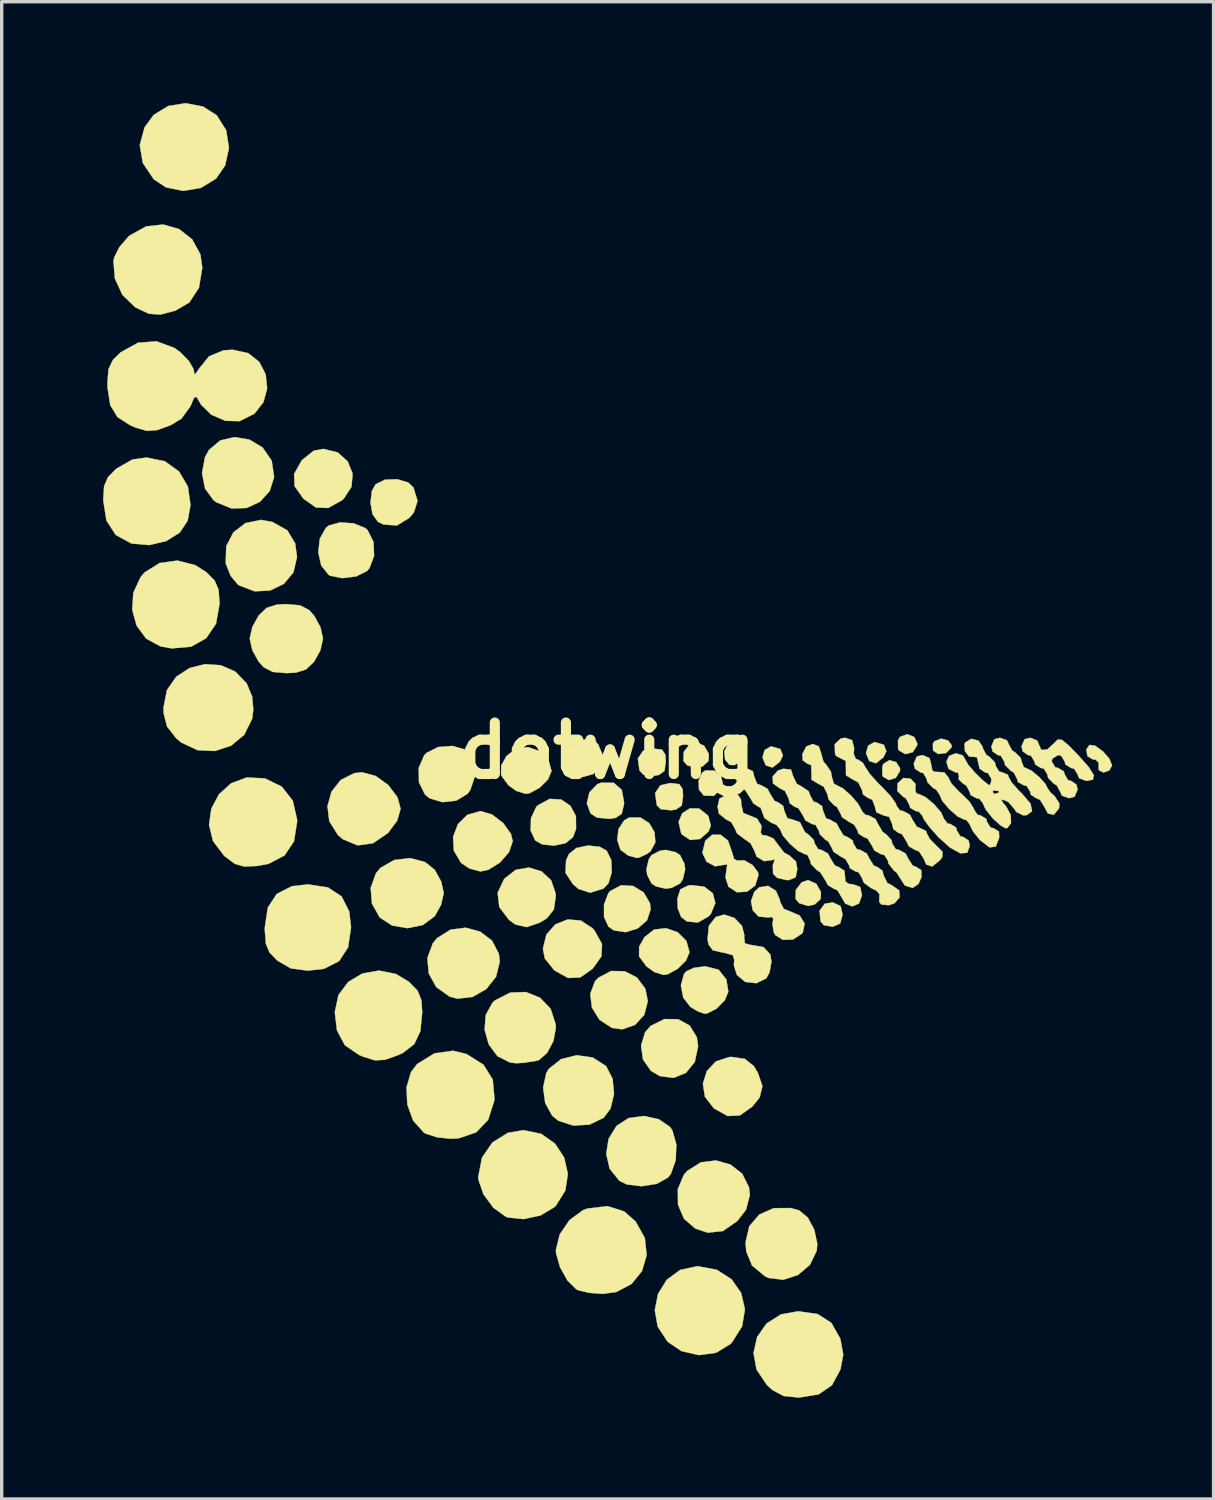
<source format=kicad_pcb>
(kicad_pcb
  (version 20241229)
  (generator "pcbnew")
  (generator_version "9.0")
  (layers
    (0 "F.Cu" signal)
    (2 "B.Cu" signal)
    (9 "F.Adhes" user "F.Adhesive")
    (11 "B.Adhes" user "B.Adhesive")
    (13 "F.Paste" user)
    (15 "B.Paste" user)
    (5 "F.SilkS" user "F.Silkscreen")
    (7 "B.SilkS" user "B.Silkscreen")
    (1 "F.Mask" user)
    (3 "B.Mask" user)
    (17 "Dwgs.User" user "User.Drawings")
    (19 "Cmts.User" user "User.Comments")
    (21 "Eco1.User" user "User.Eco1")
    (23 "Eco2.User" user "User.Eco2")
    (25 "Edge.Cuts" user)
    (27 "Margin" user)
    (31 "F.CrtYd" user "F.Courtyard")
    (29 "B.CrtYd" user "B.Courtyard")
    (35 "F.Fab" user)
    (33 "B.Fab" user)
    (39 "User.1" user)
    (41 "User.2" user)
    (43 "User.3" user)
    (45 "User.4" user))
  (footprint "dotwing"
    (layer "F.Cu")
    (at 14.936 19.173)
    (property "Reference" "dotwing" (at 0 0 0) (layer "F.SilkS") (effects (font (size 1.524 1.524) (thickness 0.3))))
    (attr through_hole)
    (fp_poly (pts (xy 6.897 4.6) (xy 6.956 4.85) (xy 6.886 5.113) (xy 6.669 5.21) (xy 6.399 5.164) (xy 6.304 5.051) (xy 6.275 4.735) (xy 6.428 4.529) (xy 6.669 4.49) (xy 6.897 4.6)) (stroke (width 0.01) (type solid)) (fill yes) (layer "F.SilkS"))
    (fp_poly (pts (xy 10.082 -0.302) (xy 10.187 -0.157) (xy 10.179 -0.096) (xy 10.021 0.068) (xy 9.788 0.097) (xy 9.634 -0.004) (xy 9.629 -0.211) (xy 9.678 -0.283) (xy 9.875 -0.358) (xy 10.082 -0.302)) (stroke (width 0.01) (type solid)) (fill yes) (layer "F.SilkS"))
    (fp_poly (pts (xy 2.857 -0.148) (xy 2.998 0.096) (xy 2.988 0.303) (xy 2.811 0.467) (xy 2.617 0.511) (xy 2.355 0.43) (xy 2.245 0.303) (xy 2.255 0.034) (xy 2.425 -0.189) (xy 2.617 -0.255) (xy 2.857 -0.148)) (stroke (width 0.01) (type solid)) (fill yes) (layer "F.SilkS"))
    (fp_poly (pts (xy 4.002 -0.096) (xy 4.084 0.062) (xy 3.982 0.293) (xy 3.756 0.426) (xy 3.606 0.419) (xy 3.476 0.26) (xy 3.455 0.013) (xy 3.554 -0.179) (xy 3.562 -0.184) (xy 3.784 -0.207) (xy 4.002 -0.096)) (stroke (width 0.01) (type solid)) (fill yes) (layer "F.SilkS"))
    (fp_poly (pts (xy 5.114 -0.05) (xy 5.19 0.144) (xy 5.101 0.325) (xy 4.882 0.499) (xy 4.691 0.436) (xy 4.68 0.425) (xy 4.585 0.201) (xy 4.649 -0.022) (xy 4.836 -0.128) (xy 4.843 -0.128) (xy 5.114 -0.05)) (stroke (width 0.01) (type solid)) (fill yes) (layer "F.SilkS"))
    (fp_poly (pts (xy 6.176 3.937) (xy 6.316 4.181) (xy 6.307 4.387) (xy 6.13 4.552) (xy 5.935 4.595) (xy 5.673 4.514) (xy 5.564 4.387) (xy 5.573 4.119) (xy 5.744 3.896) (xy 5.935 3.829) (xy 6.176 3.937)) (stroke (width 0.01) (type solid)) (fill yes) (layer "F.SilkS"))
    (fp_poly (pts (xy 8.177 -0.177) (xy 8.253 0.016) (xy 8.164 0.197) (xy 7.946 0.371) (xy 7.755 0.309) (xy 7.743 0.298) (xy 7.649 0.074) (xy 7.712 -0.15) (xy 7.899 -0.255) (xy 7.906 -0.255) (xy 8.177 -0.177)) (stroke (width 0.01) (type solid)) (fill yes) (layer "F.SilkS"))
    (fp_poly (pts (xy 8.544 0.34) (xy 8.657 0.519) (xy 8.655 0.604) (xy 8.529 0.804) (xy 8.325 0.868) (xy 8.154 0.77) (xy 8.133 0.729) (xy 8.132 0.467) (xy 8.168 0.385) (xy 8.344 0.279) (xy 8.544 0.34)) (stroke (width 0.01) (type solid)) (fill yes) (layer "F.SilkS"))
    (fp_poly (pts (xy 9.081 -0.404) (xy 9.171 -0.203) (xy 9.166 -0.161) (xy 9.034 0.042) (xy 8.818 0.101) (xy 8.63 -0.003) (xy 8.598 -0.063) (xy 8.597 -0.312) (xy 8.654 -0.408) (xy 8.871 -0.49) (xy 9.081 -0.404)) (stroke (width 0.01) (type solid)) (fill yes) (layer "F.SilkS"))
    (fp_poly (pts (xy 1.612 -0.032) (xy 1.711 0.118) (xy 1.723 0.319) (xy 1.684 0.599) (xy 1.519 0.717) (xy 1.371 0.742) (xy 1.059 0.708) (xy 0.946 0.59) (xy 0.895 0.231) (xy 1.051 0.003) (xy 1.342 -0.064) (xy 1.612 -0.032)) (stroke (width 0.01) (type solid)) (fill yes) (layer "F.SilkS"))
    (fp_poly (pts (xy 2.123 0.989) (xy 2.222 1.139) (xy 2.234 1.34) (xy 2.195 1.62) (xy 2.029 1.738) (xy 1.882 1.764) (xy 1.57 1.729) (xy 1.456 1.611) (xy 1.406 1.252) (xy 1.562 1.025) (xy 1.853 0.957) (xy 2.123 0.989)) (stroke (width 0.01) (type solid)) (fill yes) (layer "F.SilkS"))
    (fp_poly (pts (xy 3.156 0.588) (xy 3.355 0.751) (xy 3.416 0.991) (xy 3.371 1.112) (xy 3.145 1.337) (xy 2.867 1.329) (xy 2.84 1.319) (xy 2.705 1.151) (xy 2.694 0.888) (xy 2.797 0.653) (xy 2.895 0.583) (xy 3.156 0.588)) (stroke (width 0.01) (type solid)) (fill yes) (layer "F.SilkS"))
    (fp_poly (pts (xy -0.286 -0.202) (xy -0.15 0.116) (xy -0.203 0.455) (xy -0.423 0.689) (xy -0.729 0.777) (xy -1.044 0.679) (xy -1.123 0.613) (xy -1.276 0.307) (xy -1.222 -0.019) (xy -0.982 -0.266) (xy -0.947 -0.283) (xy -0.57 -0.352) (xy -0.286 -0.202)) (stroke (width 0.01) (type solid)) (fill yes) (layer "F.SilkS"))
    (fp_poly (pts (xy 2.708 1.711) (xy 2.961 1.909) (xy 2.986 1.946) (xy 3.057 2.223) (xy 2.986 2.393) (xy 2.738 2.612) (xy 2.446 2.643) (xy 2.204 2.482) (xy 2.174 2.433) (xy 2.101 2.106) (xy 2.211 1.85) (xy 2.436 1.705) (xy 2.708 1.711)) (stroke (width 0.01) (type solid)) (fill yes) (layer "F.SilkS"))
    (fp_poly (pts (xy 0.183 0.95) (xy 0.419 1.158) (xy 0.489 1.537) (xy 0.485 1.585) (xy 0.418 1.869) (xy 0.233 1.989) (xy 0.053 2.017) (xy -0.315 1.98) (xy -0.504 1.859) (xy -0.615 1.554) (xy -0.537 1.23) (xy -0.306 0.991) (xy -0.188 0.945) (xy 0.183 0.95)) (stroke (width 0.01) (type solid)) (fill yes) (layer "F.SilkS"))
    (fp_poly (pts (xy 2.859 4.023) (xy 3.113 4.219) (xy 3.19 4.508) (xy 3.058 4.828) (xy 2.99 4.905) (xy 2.673 5.085) (xy 2.348 5.054) (xy 2.176 4.922) (xy 2.076 4.664) (xy 2.065 4.379) (xy 2.153 4.104) (xy 2.384 3.991) (xy 2.465 3.979) (xy 2.859 4.023)) (stroke (width 0.01) (type solid)) (fill yes) (layer "F.SilkS"))
    (fp_poly (pts (xy -5.906 -7.941) (xy -5.748 -7.794) (xy -5.625 -7.395) (xy -5.737 -7.05) (xy -5.871 -6.892) (xy -6.236 -6.668) (xy -6.632 -6.696) (xy -6.797 -6.775) (xy -6.956 -6.995) (xy -7.019 -7.337) (xy -6.979 -7.685) (xy -6.867 -7.888) (xy -6.59 -8.023) (xy -6.231 -8.037) (xy -5.906 -7.941)) (stroke (width 0.01) (type solid)) (fill yes) (layer "F.SilkS"))
    (fp_poly (pts (xy -2.008 0.014) (xy -1.752 0.268) (xy -1.659 0.603) (xy -1.763 0.849) (xy -2.01 1.095) (xy -2.302 1.255) (xy -2.425 1.276) (xy -2.703 1.19) (xy -2.936 1.021) (xy -3.153 0.726) (xy -3.15 0.439) (xy -2.992 0.156) (xy -2.705 -0.068) (xy -2.352 -0.107) (xy -2.008 0.014)) (stroke (width 0.01) (type solid)) (fill yes) (layer "F.SilkS"))
    (fp_poly (pts (xy -1.377 1.444) (xy -1.102 1.628) (xy -0.938 1.933) (xy -0.933 2.314) (xy -1.026 2.561) (xy -1.245 2.737) (xy -1.588 2.81) (xy -1.939 2.771) (xy -2.144 2.655) (xy -2.28 2.361) (xy -2.267 1.991) (xy -2.113 1.666) (xy -2.064 1.615) (xy -1.713 1.425) (xy -1.377 1.444)) (stroke (width 0.01) (type solid)) (fill yes) (layer "F.SilkS"))
    (fp_poly (pts (xy -0.231 2.845) (xy -0.026 2.961) (xy 0.109 3.238) (xy 0.123 3.597) (xy 0.027 3.922) (xy -0.119 4.08) (xy -0.518 4.204) (xy -0.863 4.091) (xy -1.021 3.957) (xy -1.246 3.616) (xy -1.23 3.25) (xy -1.144 3.055) (xy -0.924 2.879) (xy -0.582 2.806) (xy -0.231 2.845)) (stroke (width 0.01) (type solid)) (fill yes) (layer "F.SilkS"))
    (fp_poly (pts (xy 0.508 6.528) (xy 0.867 6.712) (xy 1.116 7.043) (xy 1.191 7.411) (xy 1.085 7.821) (xy 0.81 8.117) (xy 0.435 8.247) (xy 0.128 8.205) (xy -0.242 7.963) (xy -0.463 7.604) (xy -0.514 7.201) (xy -0.377 6.831) (xy -0.277 6.721) (xy 0.104 6.52) (xy 0.508 6.528)) (stroke (width 0.01) (type solid)) (fill yes) (layer "F.SilkS"))
    (fp_poly (pts (xy 0.756 4.004) (xy 1.065 4.191) (xy 1.253 4.509) (xy 1.276 4.692) (xy 1.166 5.023) (xy 0.892 5.261) (xy 0.537 5.371) (xy 0.186 5.319) (xy 0.026 5.208) (xy -0.106 4.922) (xy -0.106 4.55) (xy 0.021 4.219) (xy 0.073 4.157) (xy 0.4 3.982) (xy 0.756 4.004)) (stroke (width 0.01) (type solid)) (fill yes) (layer "F.SilkS"))
    (fp_poly (pts (xy 2.076 5.374) (xy 2.332 5.628) (xy 2.425 5.964) (xy 2.321 6.21) (xy 2.074 6.456) (xy 1.783 6.616) (xy 1.659 6.637) (xy 1.381 6.551) (xy 1.149 6.382) (xy 0.932 6.087) (xy 0.934 5.8) (xy 1.092 5.517) (xy 1.379 5.293) (xy 1.733 5.254) (xy 2.076 5.374)) (stroke (width 0.01) (type solid)) (fill yes) (layer "F.SilkS"))
    (fp_poly (pts (xy 2.089 7.948) (xy 2.43 8.135) (xy 2.641 8.479) (xy 2.68 8.75) (xy 2.581 9.213) (xy 2.321 9.535) (xy 1.957 9.684) (xy 1.547 9.632) (xy 1.283 9.476) (xy 1.048 9.141) (xy 0.99 8.727) (xy 1.11 8.334) (xy 1.271 8.148) (xy 1.682 7.943) (xy 2.089 7.948)) (stroke (width 0.01) (type solid)) (fill yes) (layer "F.SilkS"))
    (fp_poly (pts (xy 14.433 -0.148) (xy 14.657 0.013) (xy 14.852 0.234) (xy 14.934 0.435) (xy 14.849 0.585) (xy 14.678 0.644) (xy 14.547 0.579) (xy 14.536 0.542) (xy 14.536 0.351) (xy 14.447 0.266) (xy 14.359 0.255) (xy 14.204 0.16) (xy 14.172 -0.035) (xy 14.264 -0.172) (xy 14.433 -0.148)) (stroke (width 0.01) (type solid)) (fill yes) (layer "F.SilkS"))
    (fp_poly (pts (xy -3.418 1.889) (xy -3.09 2.141) (xy -2.862 2.461) (xy -2.808 2.68) (xy -2.917 3.001) (xy -3.185 3.309) (xy -3.526 3.523) (xy -3.76 3.574) (xy -4.094 3.485) (xy -4.34 3.319) (xy -4.553 2.956) (xy -4.574 2.55) (xy -4.431 2.173) (xy -4.15 1.895) (xy -3.76 1.787) (xy -3.418 1.889)) (stroke (width 0.01) (type solid)) (fill yes) (layer "F.SilkS"))
    (fp_poly (pts (xy -1.955 3.571) (xy -1.669 3.837) (xy -1.536 4.235) (xy -1.534 4.308) (xy -1.591 4.702) (xy -1.799 4.962) (xy -2.002 5.086) (xy -2.395 5.222) (xy -2.728 5.144) (xy -2.916 5.01) (xy -3.206 4.629) (xy -3.255 4.207) (xy -3.061 3.792) (xy -2.719 3.525) (xy -2.328 3.459) (xy -1.955 3.571)) (stroke (width 0.01) (type solid)) (fill yes) (layer "F.SilkS"))
    (fp_poly (pts (xy 1.232 2.144) (xy 1.391 2.414) (xy 1.414 2.717) (xy 1.268 2.981) (xy 1.157 3.059) (xy 0.945 3.158) (xy 0.87 3.176) (xy 0.729 3.135) (xy 0.612 3.104) (xy 0.381 2.933) (xy 0.285 2.64) (xy 0.323 2.318) (xy 0.492 2.059) (xy 0.64 1.978) (xy 0.97 1.975) (xy 1.232 2.144)) (stroke (width 0.01) (type solid)) (fill yes) (layer "F.SilkS"))
    (fp_poly (pts (xy -11.973 -19.068) (xy -11.569 -18.809) (xy -11.29 -18.365) (xy -11.208 -17.843) (xy -11.321 -17.327) (xy -11.59 -16.936) (xy -12.041 -16.66) (xy -12.563 -16.573) (xy -13.072 -16.676) (xy -13.434 -16.915) (xy -13.759 -17.399) (xy -13.849 -17.93) (xy -13.706 -18.456) (xy -13.434 -18.824) (xy -13.006 -19.086) (xy -12.489 -19.168) (xy -11.973 -19.068)) (stroke (width 0.01) (type solid)) (fill yes) (layer "F.SilkS"))
    (fp_poly (pts (xy -7.99 -8.831) (xy -7.693 -8.565) (xy -7.548 -8.203) (xy -7.58 -7.813) (xy -7.811 -7.459) (xy -7.867 -7.412) (xy -8.273 -7.185) (xy -8.637 -7.201) (xy -9.004 -7.461) (xy -9.004 -7.461) (xy -9.264 -7.828) (xy -9.28 -8.192) (xy -9.053 -8.598) (xy -9.053 -8.598) (xy -8.701 -8.88) (xy -8.415 -8.935) (xy -7.99 -8.831)) (stroke (width 0.01) (type solid)) (fill yes) (layer "F.SilkS"))
    (fp_poly (pts (xy -6.868 0.745) (xy -6.492 1.016) (xy -6.219 1.378) (xy -6.127 1.723) (xy -6.23 2.074) (xy -6.5 2.435) (xy -6.944 2.739) (xy -7.402 2.801) (xy -7.839 2.619) (xy -7.983 2.495) (xy -8.238 2.09) (xy -8.293 1.642) (xy -8.173 1.213) (xy -7.901 0.866) (xy -7.502 0.665) (xy -7.271 0.638) (xy -6.868 0.745)) (stroke (width 0.01) (type solid)) (fill yes) (layer "F.SilkS"))
    (fp_poly (pts (xy -5.402 3.296) (xy -5.115 3.527) (xy -4.926 3.871) (xy -4.85 4.212) (xy -4.93 4.561) (xy -5.115 4.897) (xy -5.469 5.16) (xy -5.923 5.253) (xy -6.384 5.173) (xy -6.743 4.938) (xy -6.976 4.527) (xy -7.013 4.059) (xy -6.857 3.626) (xy -6.725 3.468) (xy -6.318 3.235) (xy -5.847 3.178) (xy -5.402 3.296)) (stroke (width 0.01) (type solid)) (fill yes) (layer "F.SilkS"))
    (fp_poly (pts (xy -4.221 -0.035) (xy -4.108 0.05) (xy -3.947 0.369) (xy -3.934 0.78) (xy -4.066 1.166) (xy -4.147 1.275) (xy -4.479 1.478) (xy -4.891 1.523) (xy -5.27 1.408) (xy -5.405 1.298) (xy -5.584 0.935) (xy -5.592 0.511) (xy -5.431 0.139) (xy -5.361 0.064) (xy -5.016 -0.109) (xy -4.596 -0.143) (xy -4.221 -0.035)) (stroke (width 0.01) (type solid)) (fill yes) (layer "F.SilkS"))
    (fp_poly (pts (xy -3.77 5.356) (xy -3.422 5.621) (xy -3.219 6.011) (xy -3.191 6.241) (xy -3.302 6.692) (xy -3.592 7.056) (xy -3.994 7.287) (xy -4.443 7.34) (xy -4.677 7.279) (xy -5.072 6.997) (xy -5.296 6.59) (xy -5.335 6.133) (xy -5.172 5.698) (xy -5.048 5.546) (xy -4.646 5.295) (xy -4.199 5.239) (xy -3.77 5.356)) (stroke (width 0.01) (type solid)) (fill yes) (layer "F.SilkS"))
    (fp_poly (pts (xy -0.792 5.027) (xy -0.439 5.259) (xy -0.392 5.314) (xy -0.165 5.72) (xy -0.181 6.085) (xy -0.441 6.451) (xy -0.441 6.452) (xy -0.808 6.711) (xy -1.172 6.727) (xy -1.578 6.501) (xy -1.578 6.5) (xy -1.86 6.148) (xy -1.915 5.862) (xy -1.811 5.437) (xy -1.545 5.14) (xy -1.183 4.995) (xy -0.792 5.027)) (stroke (width 0.01) (type solid)) (fill yes) (layer "F.SilkS"))
    (fp_poly (pts (xy 2.016 3.005) (xy 2.144 3.089) (xy 2.272 3.338) (xy 2.297 3.51) (xy 2.228 3.803) (xy 2.144 3.931) (xy 1.895 4.059) (xy 1.723 4.084) (xy 1.43 4.015) (xy 1.302 3.931) (xy 1.174 3.682) (xy 1.149 3.51) (xy 1.218 3.217) (xy 1.302 3.089) (xy 1.551 2.961) (xy 1.723 2.936) (xy 2.016 3.005)) (stroke (width 0.01) (type solid)) (fill yes) (layer "F.SilkS"))
    (fp_poly (pts (xy 3.287 6.482) (xy 3.517 6.773) (xy 3.574 7.132) (xy 3.47 7.387) (xy 3.227 7.634) (xy 2.946 7.777) (xy 2.872 7.786) (xy 2.674 7.718) (xy 2.454 7.587) (xy 2.238 7.307) (xy 2.169 6.942) (xy 2.263 6.609) (xy 2.323 6.535) (xy 2.551 6.428) (xy 2.887 6.382) (xy 2.893 6.382) (xy 3.287 6.482)) (stroke (width 0.01) (type solid)) (fill yes) (layer "F.SilkS"))
    (fp_poly (pts (xy 3.638 12.25) (xy 3.984 12.521) (xy 4.185 12.92) (xy 4.212 13.151) (xy 4.095 13.593) (xy 3.839 13.922) (xy 3.413 14.219) (xy 2.963 14.267) (xy 2.599 14.146) (xy 2.262 13.856) (xy 2.084 13.439) (xy 2.079 12.978) (xy 2.258 12.553) (xy 2.356 12.439) (xy 2.76 12.184) (xy 3.209 12.129) (xy 3.638 12.25)) (stroke (width 0.01) (type solid)) (fill yes) (layer "F.SilkS"))
    (fp_poly (pts (xy 4.064 9.122) (xy 4.324 9.33) (xy 4.448 9.533) (xy 4.583 9.929) (xy 4.5 10.267) (xy 4.282 10.536) (xy 3.915 10.796) (xy 3.551 10.812) (xy 3.145 10.585) (xy 3.144 10.585) (xy 2.882 10.245) (xy 2.821 9.855) (xy 2.937 9.482) (xy 3.206 9.197) (xy 3.604 9.066) (xy 3.67 9.064) (xy 4.064 9.122)) (stroke (width 0.01) (type solid)) (fill yes) (layer "F.SilkS"))
    (fp_poly (pts (xy -10.599 -9.209) (xy -10.21 -8.974) (xy -9.946 -8.59) (xy -9.943 -8.582) (xy -9.871 -8.102) (xy -10.002 -7.687) (xy -10.288 -7.371) (xy -10.68 -7.187) (xy -11.126 -7.17) (xy -11.579 -7.352) (xy -11.662 -7.412) (xy -11.917 -7.761) (xy -12.006 -8.217) (xy -11.919 -8.686) (xy -11.803 -8.901) (xy -11.467 -9.185) (xy -11.042 -9.284) (xy -10.599 -9.209)) (stroke (width 0.01) (type solid)) (fill yes) (layer "F.SilkS"))
    (fp_poly (pts (xy -9.917 -6.77) (xy -9.479 -6.522) (xy -9.247 -6.136) (xy -9.194 -5.734) (xy -9.299 -5.279) (xy -9.584 -4.939) (xy -9.988 -4.743) (xy -10.45 -4.719) (xy -10.909 -4.895) (xy -10.943 -4.918) (xy -11.159 -5.176) (xy -11.301 -5.535) (xy -11.305 -5.556) (xy -11.289 -6.057) (xy -11.076 -6.466) (xy -10.716 -6.74) (xy -10.26 -6.834) (xy -9.917 -6.77)) (stroke (width 0.01) (type solid)) (fill yes) (layer "F.SilkS"))
    (fp_poly (pts (xy -7.52 -6.732) (xy -7.179 -6.596) (xy -7.104 -6.531) (xy -6.93 -6.181) (xy -6.912 -5.767) (xy -7.049 -5.404) (xy -7.126 -5.317) (xy -7.446 -5.159) (xy -7.855 -5.109) (xy -8.213 -5.181) (xy -8.257 -5.206) (xy -8.477 -5.48) (xy -8.564 -5.871) (xy -8.519 -6.277) (xy -8.34 -6.598) (xy -8.258 -6.664) (xy -7.924 -6.759) (xy -7.52 -6.732)) (stroke (width 0.01) (type solid)) (fill yes) (layer "F.SilkS"))
    (fp_poly (pts (xy -0.441 9.081) (xy -0.05 9.332) (xy -0.042 9.341) (xy 0.149 9.712) (xy 0.19 10.165) (xy 0.086 10.594) (xy -0.113 10.863) (xy -0.537 11.068) (xy -1.019 11.096) (xy -1.458 10.952) (xy -1.637 10.809) (xy -1.847 10.43) (xy -1.909 9.969) (xy -1.815 9.542) (xy -1.741 9.418) (xy -1.375 9.128) (xy -0.913 9.014) (xy -0.441 9.081)) (stroke (width 0.01) (type solid)) (fill yes) (layer "F.SilkS"))
    (fp_poly (pts (xy 1.518 10.909) (xy 1.848 11.137) (xy 1.917 11.237) (xy 2.035 11.654) (xy 2.017 12.121) (xy 1.876 12.521) (xy 1.787 12.636) (xy 1.451 12.822) (xy 1.005 12.892) (xy 0.571 12.839) (xy 0.349 12.732) (xy 0.061 12.374) (xy -0.041 11.933) (xy 0.031 11.484) (xy 0.266 11.103) (xy 0.624 10.873) (xy 1.078 10.812) (xy 1.518 10.909)) (stroke (width 0.01) (type solid)) (fill yes) (layer "F.SilkS"))
    (fp_poly (pts (xy 5.674 13.609) (xy 5.929 13.823) (xy 6.122 14.186) (xy 6.207 14.595) (xy 6.191 14.802) (xy 5.988 15.221) (xy 5.634 15.519) (xy 5.202 15.66) (xy 4.766 15.608) (xy 4.659 15.557) (xy 4.277 15.242) (xy 4.104 14.82) (xy 4.084 14.549) (xy 4.194 14.077) (xy 4.489 13.731) (xy 4.916 13.541) (xy 5.424 13.537) (xy 5.674 13.609)) (stroke (width 0.01) (type solid)) (fill yes) (layer "F.SilkS"))
    (fp_poly (pts (xy 3.231 15.364) (xy 3.67 15.646) (xy 3.955 16.054) (xy 4.066 16.537) (xy 3.98 17.043) (xy 3.677 17.522) (xy 3.638 17.561) (xy 3.212 17.822) (xy 2.701 17.891) (xy 2.186 17.772) (xy 1.777 17.496) (xy 1.484 17.051) (xy 1.397 16.559) (xy 1.494 16.077) (xy 1.75 15.662) (xy 2.146 15.37) (xy 2.657 15.259) (xy 2.662 15.259) (xy 3.231 15.364)) (stroke (width 0.01) (type solid)) (fill yes) (layer "F.SilkS"))
    (fp_poly (pts (xy -13.105 -8.569) (xy -12.687 -8.267) (xy -12.424 -7.819) (xy -12.347 -7.269) (xy -12.431 -6.808) (xy -12.666 -6.455) (xy -13.071 -6.204) (xy -13.569 -6.087) (xy -14.084 -6.133) (xy -14.101 -6.137) (xy -14.559 -6.386) (xy -14.836 -6.814) (xy -14.931 -7.42) (xy -14.931 -7.424) (xy -14.905 -7.828) (xy -14.791 -8.098) (xy -14.541 -8.349) (xy -14.068 -8.62) (xy -13.65 -8.679) (xy -13.105 -8.569)) (stroke (width 0.01) (type solid)) (fill yes) (layer "F.SilkS"))
    (fp_poly (pts (xy -12.206 -5.494) (xy -11.88 -5.286) (xy -11.631 -5.036) (xy -11.516 -4.77) (xy -11.487 -4.371) (xy -11.487 -4.346) (xy -11.591 -3.76) (xy -11.881 -3.331) (xy -12.327 -3.08) (xy -12.899 -3.029) (xy -13.235 -3.089) (xy -13.657 -3.316) (xy -13.941 -3.7) (xy -14.073 -4.175) (xy -14.039 -4.677) (xy -13.825 -5.139) (xy -13.704 -5.28) (xy -13.259 -5.557) (xy -12.736 -5.629) (xy -12.206 -5.494)) (stroke (width 0.01) (type solid)) (fill yes) (layer "F.SilkS"))
    (fp_poly (pts (xy -11.45 -2.531) (xy -11.021 -2.343) (xy -10.685 -1.995) (xy -10.522 -1.606) (xy -10.488 -1.215) (xy -10.522 -0.946) (xy -10.756 -0.472) (xy -11.145 -0.149) (xy -11.627 0.008) (xy -12.139 -0.017) (xy -12.62 -0.241) (xy -12.774 -0.373) (xy -13.042 -0.718) (xy -13.141 -1.104) (xy -13.147 -1.276) (xy -13.044 -1.797) (xy -12.77 -2.19) (xy -12.377 -2.447) (xy -11.92 -2.563) (xy -11.45 -2.531)) (stroke (width 0.01) (type solid)) (fill yes) (layer "F.SilkS"))
    (fp_poly (pts (xy -10.145 0.819) (xy -9.645 1.062) (xy -9.319 1.48) (xy -9.191 2.038) (xy -9.19 2.093) (xy -9.283 2.683) (xy -9.565 3.101) (xy -10.036 3.348) (xy -10.357 3.41) (xy -10.754 3.429) (xy -11.035 3.349) (xy -11.329 3.128) (xy -11.357 3.103) (xy -11.683 2.67) (xy -11.798 2.191) (xy -11.73 1.714) (xy -11.504 1.289) (xy -11.146 0.965) (xy -10.684 0.792) (xy -10.145 0.819)) (stroke (width 0.01) (type solid)) (fill yes) (layer "F.SilkS"))
    (fp_poly (pts (xy -8.281 4.045) (xy -7.874 4.312) (xy -7.648 4.76) (xy -7.594 5.233) (xy -7.683 5.823) (xy -7.95 6.23) (xy -8.397 6.456) (xy -8.871 6.51) (xy -9.374 6.444) (xy -9.768 6.219) (xy -9.789 6.202) (xy -10.009 5.972) (xy -10.116 5.714) (xy -10.147 5.323) (xy -10.147 5.233) (xy -10.059 4.644) (xy -9.792 4.237) (xy -9.344 4.01) (xy -8.871 3.957) (xy -8.281 4.045)) (stroke (width 0.01) (type solid)) (fill yes) (layer "F.SilkS"))
    (fp_poly (pts (xy -4.172 8.98) (xy -3.674 9.295) (xy -3.401 9.73) (xy -3.349 10.291) (xy -3.358 10.373) (xy -3.536 10.927) (xy -3.89 11.297) (xy -4.407 11.473) (xy -4.638 11.487) (xy -5.046 11.444) (xy -5.385 11.335) (xy -5.442 11.301) (xy -5.757 10.946) (xy -5.929 10.474) (xy -5.953 9.966) (xy -5.818 9.509) (xy -5.637 9.273) (xy -5.126 8.958) (xy -4.575 8.881) (xy -4.172 8.98)) (stroke (width 0.01) (type solid)) (fill yes) (layer "F.SilkS"))
    (fp_poly (pts (xy -1.964 11.341) (xy -1.555 11.631) (xy -1.285 12.044) (xy -1.176 12.525) (xy -1.25 13.018) (xy -1.529 13.465) (xy -1.579 13.514) (xy -1.987 13.757) (xy -2.487 13.865) (xy -2.955 13.816) (xy -3.014 13.793) (xy -3.381 13.529) (xy -3.675 13.13) (xy -3.823 12.702) (xy -3.829 12.613) (xy -3.718 12.045) (xy -3.411 11.597) (xy -2.954 11.312) (xy -2.489 11.232) (xy -1.964 11.341)) (stroke (width 0.01) (type solid)) (fill yes) (layer "F.SilkS"))
    (fp_poly (pts (xy 6.218 16.675) (xy 6.622 16.935) (xy 6.881 17.389) (xy 6.893 17.423) (xy 6.976 17.878) (xy 6.893 18.316) (xy 6.642 18.782) (xy 6.247 19.053) (xy 5.681 19.145) (xy 5.642 19.146) (xy 5.21 19.101) (xy 4.884 18.928) (xy 4.713 18.773) (xy 4.408 18.317) (xy 4.32 17.826) (xy 4.426 17.356) (xy 4.703 16.957) (xy 5.13 16.686) (xy 5.642 16.593) (xy 6.218 16.675)) (stroke (width 0.01) (type solid)) (fill yes) (layer "F.SilkS"))
    (fp_poly (pts (xy -12.682 -15.441) (xy -12.298 -15.139) (xy -12.055 -14.694) (xy -11.998 -14.301) (xy -12.096 -13.705) (xy -12.382 -13.269) (xy -12.791 -13.029) (xy -13.232 -12.911) (xy -13.577 -12.935) (xy -13.952 -13.111) (xy -13.995 -13.137) (xy -14.362 -13.493) (xy -14.586 -13.978) (xy -14.627 -14.49) (xy -14.606 -14.602) (xy -14.453 -14.906) (xy -14.187 -15.216) (xy -14.144 -15.253) (xy -13.659 -15.522) (xy -13.154 -15.577) (xy -12.682 -15.441)) (stroke (width 0.01) (type solid)) (fill yes) (layer "F.SilkS"))
    (fp_poly (pts (xy -9.106 -4.304) (xy -8.84 -4.167) (xy -8.689 -4.003) (xy -8.5 -3.659) (xy -8.424 -3.319) (xy -8.503 -2.97) (xy -8.689 -2.634) (xy -8.926 -2.407) (xy -9.228 -2.311) (xy -9.509 -2.297) (xy -9.912 -2.333) (xy -10.178 -2.47) (xy -10.329 -2.634) (xy -10.518 -2.978) (xy -10.594 -3.319) (xy -10.515 -3.668) (xy -10.329 -4.003) (xy -10.092 -4.23) (xy -9.79 -4.326) (xy -9.509 -4.34) (xy -9.106 -4.304)) (stroke (width 0.01) (type solid)) (fill yes) (layer "F.SilkS"))
    (fp_poly (pts (xy -6.264 6.609) (xy -5.881 6.84) (xy -5.623 7.103) (xy -5.51 7.39) (xy -5.488 7.742) (xy -5.542 8.304) (xy -5.723 8.687) (xy -6.064 8.948) (xy -6.197 9.009) (xy -6.587 9.149) (xy -6.887 9.165) (xy -7.233 9.058) (xy -7.361 9.004) (xy -7.78 8.715) (xy -8.012 8.278) (xy -8.076 7.738) (xy -7.967 7.231) (xy -7.676 6.842) (xy -7.258 6.594) (xy -6.769 6.508) (xy -6.264 6.609)) (stroke (width 0.01) (type solid)) (fill yes) (layer "F.SilkS"))
    (fp_poly (pts (xy -1.999 7.312) (xy -1.686 7.639) (xy -1.537 8.099) (xy -1.532 8.209) (xy -1.604 8.595) (xy -1.786 8.938) (xy -2.025 9.154) (xy -2.159 9.19) (xy -2.384 9.221) (xy -2.447 9.236) (xy -2.707 9.251) (xy -2.89 9.229) (xy -3.262 9.041) (xy -3.518 8.694) (xy -3.64 8.264) (xy -3.609 7.826) (xy -3.407 7.457) (xy -3.333 7.389) (xy -2.882 7.16) (xy -2.418 7.143) (xy -1.999 7.312)) (stroke (width 0.01) (type solid)) (fill yes) (layer "F.SilkS"))
    (fp_poly (pts (xy 0.487 13.635) (xy 0.831 13.938) (xy 1.103 14.426) (xy 1.157 14.933) (xy 1.018 15.403) (xy 0.709 15.785) (xy 0.255 16.024) (xy -0.15 16.079) (xy -0.548 16.047) (xy -0.865 15.972) (xy -0.925 15.945) (xy -1.187 15.685) (xy -1.408 15.289) (xy -1.525 14.877) (xy -1.531 14.78) (xy -1.418 14.318) (xy -1.128 13.894) (xy -0.731 13.602) (xy -0.597 13.552) (xy -0.002 13.481) (xy 0.487 13.635)) (stroke (width 0.01) (type solid)) (fill yes) (layer "F.SilkS"))
    (fp_poly (pts (xy 3.563 2.657) (xy 3.678 2.983) (xy 3.744 3.206) (xy 3.835 3.251) (xy 4.05 3.245) (xy 4.291 3.383) (xy 4.451 3.594) (xy 4.467 3.68) (xy 4.368 3.993) (xy 4.126 4.173) (xy 3.829 4.189) (xy 3.579 4.027) (xy 3.489 3.754) (xy 3.513 3.564) (xy 3.543 3.37) (xy 3.459 3.375) (xy 3.181 3.421) (xy 2.929 3.286) (xy 2.809 3.03) (xy 2.808 3.007) (xy 2.892 2.663) (xy 3.095 2.489) (xy 3.343 2.486) (xy 3.563 2.657)) (stroke (width 0.01) (type solid)) (fill yes) (layer "F.SilkS"))
    (fp_poly (pts (xy 4.984 4.147) (xy 5.103 4.422) (xy 5.106 4.474) (xy 5.216 4.682) (xy 5.38 4.746) (xy 5.685 4.878) (xy 5.833 5.113) (xy 5.78 5.377) (xy 5.753 5.414) (xy 5.49 5.587) (xy 5.193 5.599) (xy 4.963 5.458) (xy 4.914 5.362) (xy 4.879 5.102) (xy 4.906 4.991) (xy 4.869 4.922) (xy 4.746 4.935) (xy 4.47 4.91) (xy 4.296 4.722) (xy 4.245 4.452) (xy 4.342 4.179) (xy 4.489 4.042) (xy 4.751 4) (xy 4.984 4.147)) (stroke (width 0.01) (type solid)) (fill yes) (layer "F.SilkS"))
    (fp_poly (pts (xy 3.753 4.949) (xy 3.979 5.185) (xy 4.05 5.467) (xy 4.042 5.507) (xy 4.062 5.701) (xy 4.214 5.744) (xy 4.615 5.813) (xy 4.818 6.031) (xy 4.85 6.242) (xy 4.796 6.557) (xy 4.697 6.739) (xy 4.403 6.882) (xy 4.075 6.844) (xy 3.831 6.64) (xy 3.824 6.627) (xy 3.737 6.348) (xy 3.749 6.188) (xy 3.706 6.05) (xy 3.433 5.977) (xy 3.407 5.975) (xy 3.113 5.907) (xy 2.986 5.732) (xy 2.958 5.576) (xy 3 5.18) (xy 3.203 4.921) (xy 3.453 4.85) (xy 3.753 4.949)) (stroke (width 0.01) (type solid)) (fill yes) (layer "F.SilkS"))
    (fp_poly (pts (xy 8.967 0.827) (xy 9.116 0.983) (xy 9.11 1.175) (xy 9.145 1.269) (xy 9.196 1.276) (xy 9.406 1.368) (xy 9.663 1.582) (xy 9.876 1.831) (xy 9.954 2.01) (xy 10.059 2.152) (xy 10.147 2.17) (xy 10.316 2.272) (xy 10.339 2.361) (xy 10.441 2.531) (xy 10.53 2.553) (xy 10.686 2.659) (xy 10.722 2.808) (xy 10.648 3.02) (xy 10.444 3.037) (xy 10.137 2.867) (xy 9.796 2.562) (xy 9.528 2.261) (xy 9.354 2.019) (xy 9.318 1.928) (xy 9.214 1.803) (xy 9.126 1.787) (xy 8.957 1.692) (xy 8.935 1.609) (xy 8.832 1.412) (xy 8.743 1.358) (xy 8.575 1.189) (xy 8.586 0.963) (xy 8.756 0.807) (xy 8.967 0.827)) (stroke (width 0.01) (type solid)) (fill yes) (layer "F.SilkS"))
    (fp_poly (pts (xy 11.822 -0.309) (xy 11.87 -0.205) (xy 11.973 -0.008) (xy 12.062 0.046) (xy 12.232 0.217) (xy 12.253 0.315) (xy 12.321 0.488) (xy 12.381 0.511) (xy 12.553 0.594) (xy 12.781 0.784) (xy 12.966 0.991) (xy 13.019 1.103) (xy 13.109 1.235) (xy 13.231 1.34) (xy 13.376 1.564) (xy 13.363 1.705) (xy 13.209 1.895) (xy 13.034 1.857) (xy 12.928 1.659) (xy 12.8 1.452) (xy 12.685 1.404) (xy 12.529 1.302) (xy 12.509 1.213) (xy 12.406 1.043) (xy 12.317 1.021) (xy 12.148 0.926) (xy 12.126 0.843) (xy 12.023 0.646) (xy 11.934 0.592) (xy 11.764 0.421) (xy 11.743 0.323) (xy 11.642 0.151) (xy 11.551 0.128) (xy 11.395 0.021) (xy 11.36 -0.128) (xy 11.45 -0.341) (xy 11.615 -0.383) (xy 11.822 -0.309)) (stroke (width 0.01) (type solid)) (fill yes) (layer "F.SilkS"))
    (fp_poly (pts (xy 3.86 1.305) (xy 3.95 1.447) (xy 3.957 1.587) (xy 4.016 1.844) (xy 4.198 1.915) (xy 4.427 2.011) (xy 4.558 2.226) (xy 4.533 2.422) (xy 4.58 2.499) (xy 4.691 2.506) (xy 4.908 2.597) (xy 5.035 2.768) (xy 5.223 3.013) (xy 5.388 3.107) (xy 5.576 3.277) (xy 5.616 3.498) (xy 5.568 3.747) (xy 5.374 3.827) (xy 5.293 3.829) (xy 5.022 3.764) (xy 4.899 3.644) (xy 4.89 3.386) (xy 4.922 3.305) (xy 4.944 3.21) (xy 4.881 3.235) (xy 4.634 3.269) (xy 4.414 3.138) (xy 4.34 2.952) (xy 4.235 2.743) (xy 4.053 2.615) (xy 3.831 2.448) (xy 3.765 2.297) (xy 3.658 2.113) (xy 3.51 2.036) (xy 3.296 1.863) (xy 3.255 1.654) (xy 3.313 1.412) (xy 3.534 1.31) (xy 3.606 1.3) (xy 3.86 1.305)) (stroke (width 0.01) (type solid)) (fill yes) (layer "F.SilkS"))
    (fp_poly (pts (xy -12.821 -11.923) (xy -12.646 -11.795) (xy -12.393 -11.534) (xy -12.257 -11.298) (xy -12.249 -11.253) (xy -12.226 -11.131) (xy -12.142 -11.232) (xy -12.106 -11.296) (xy -11.798 -11.676) (xy -11.376 -11.85) (xy -11.102 -11.87) (xy -10.638 -11.77) (xy -10.309 -11.507) (xy -10.12 -11.139) (xy -10.078 -10.723) (xy -10.188 -10.316) (xy -10.455 -9.976) (xy -10.885 -9.76) (xy -10.9 -9.756) (xy -11.315 -9.766) (xy -11.732 -9.947) (xy -12.037 -10.246) (xy -12.065 -10.298) (xy -12.167 -10.475) (xy -12.24 -10.453) (xy -12.342 -10.212) (xy -12.346 -10.2) (xy -12.618 -9.827) (xy -12.941 -9.634) (xy -13.335 -9.491) (xy -13.633 -9.468) (xy -13.964 -9.563) (xy -14.126 -9.631) (xy -14.507 -9.874) (xy -14.723 -10.229) (xy -14.804 -10.75) (xy -14.806 -10.893) (xy -14.774 -11.296) (xy -14.643 -11.57) (xy -14.413 -11.795) (xy -13.901 -12.077) (xy -13.352 -12.119) (xy -12.821 -11.923)) (stroke (width 0.01) (type solid)) (fill yes) (layer "F.SilkS"))
    (fp_poly (pts (xy 9.531 0.218) (xy 9.573 0.383) (xy 9.613 0.583) (xy 9.669 0.623) (xy 9.965 0.639) (xy 10.088 0.788) (xy 10.089 0.798) (xy 10.183 0.977) (xy 10.41 1.217) (xy 10.472 1.27) (xy 10.717 1.514) (xy 10.844 1.718) (xy 10.849 1.749) (xy 10.952 1.896) (xy 11.041 1.915) (xy 11.21 2.017) (xy 11.232 2.106) (xy 11.335 2.273) (xy 11.432 2.297) (xy 11.585 2.394) (xy 11.592 2.575) (xy 11.492 2.837) (xy 11.305 2.861) (xy 11.027 2.647) (xy 11.009 2.628) (xy 10.809 2.378) (xy 10.722 2.189) (xy 10.722 2.184) (xy 10.621 2.051) (xy 10.562 2.04) (xy 10.364 1.947) (xy 10.116 1.731) (xy 9.907 1.484) (xy 9.828 1.304) (xy 9.726 1.152) (xy 9.637 1.103) (xy 9.467 0.932) (xy 9.445 0.834) (xy 9.345 0.662) (xy 9.254 0.638) (xy 9.098 0.532) (xy 9.062 0.383) (xy 9.153 0.17) (xy 9.318 0.128) (xy 9.531 0.218)) (stroke (width 0.01) (type solid)) (fill yes) (layer "F.SilkS"))
    (fp_poly (pts (xy 12.716 -0.303) (xy 12.764 -0.191) (xy 12.838 -0.023) (xy 13.015 -0.037) (xy 13.218 -0.223) (xy 13.325 -0.331) (xy 13.448 -0.321) (xy 13.64 -0.166) (xy 13.902 0.101) (xy 14.243 0.484) (xy 14.395 0.728) (xy 14.365 0.857) (xy 14.168 0.893) (xy 13.96 0.814) (xy 13.913 0.702) (xy 13.81 0.533) (xy 13.721 0.511) (xy 13.552 0.408) (xy 13.53 0.319) (xy 13.427 0.15) (xy 13.338 0.128) (xy 13.169 0.23) (xy 13.147 0.319) (xy 13.249 0.488) (xy 13.338 0.511) (xy 13.507 0.613) (xy 13.53 0.702) (xy 13.632 0.871) (xy 13.721 0.893) (xy 13.877 1) (xy 13.913 1.149) (xy 13.822 1.362) (xy 13.657 1.404) (xy 13.45 1.33) (xy 13.402 1.226) (xy 13.299 1.029) (xy 13.211 0.975) (xy 13.041 0.804) (xy 13.019 0.706) (xy 12.919 0.534) (xy 12.828 0.511) (xy 12.658 0.408) (xy 12.636 0.319) (xy 12.534 0.15) (xy 12.445 0.128) (xy 12.289 0.021) (xy 12.253 -0.128) (xy 12.344 -0.341) (xy 12.509 -0.383) (xy 12.716 -0.303)) (stroke (width 0.01) (type solid)) (fill yes) (layer "F.SilkS"))
    (fp_poly (pts (xy 7.237 -0.313) (xy 7.298 -0.074) (xy 7.285 0.096) (xy 7.35 0.243) (xy 7.401 0.255) (xy 7.558 0.358) (xy 7.622 0.472) (xy 7.764 0.69) (xy 8.022 0.975) (xy 8.128 1.078) (xy 8.385 1.347) (xy 8.536 1.568) (xy 8.552 1.627) (xy 8.655 1.766) (xy 8.755 1.787) (xy 8.949 1.894) (xy 9.025 2.042) (xy 9.154 2.25) (xy 9.269 2.297) (xy 9.429 2.378) (xy 9.445 2.437) (xy 9.536 2.611) (xy 9.728 2.805) (xy 9.915 2.993) (xy 9.907 3.148) (xy 9.84 3.24) (xy 9.608 3.427) (xy 9.434 3.37) (xy 9.355 3.191) (xy 9.221 2.983) (xy 9.099 2.936) (xy 8.918 2.829) (xy 8.844 2.68) (xy 8.716 2.473) (xy 8.601 2.425) (xy 8.457 2.319) (xy 8.424 2.17) (xy 8.334 1.957) (xy 8.169 1.915) (xy 7.956 1.824) (xy 7.914 1.659) (xy 7.834 1.451) (xy 7.722 1.404) (xy 7.564 1.299) (xy 7.531 1.164) (xy 7.42 0.938) (xy 7.259 0.852) (xy 7.057 0.728) (xy 7.055 0.518) (xy 7.05 0.3) (xy 6.958 0.255) (xy 6.766 0.154) (xy 6.733 0.096) (xy 6.724 -0.194) (xy 6.907 -0.364) (xy 7.031 -0.383) (xy 7.237 -0.313)) (stroke (width 0.01) (type solid)) (fill yes) (layer "F.SilkS"))
    (fp_poly (pts (xy 4.3 0.604) (xy 4.34 0.766) (xy 4.425 0.978) (xy 4.543 1.021) (xy 4.737 1.128) (xy 4.813 1.276) (xy 4.941 1.484) (xy 5.057 1.532) (xy 5.2 1.638) (xy 5.233 1.787) (xy 5.323 2) (xy 5.488 2.042) (xy 5.695 2.116) (xy 5.744 2.22) (xy 5.847 2.417) (xy 5.935 2.471) (xy 6.105 2.642) (xy 6.127 2.74) (xy 6.23 2.91) (xy 6.33 2.936) (xy 6.523 3.043) (xy 6.6 3.191) (xy 6.728 3.398) (xy 6.844 3.446) (xy 7.012 3.551) (xy 7.038 3.841) (xy 7.035 3.861) (xy 7.129 3.939) (xy 7.275 3.957) (xy 7.476 4.032) (xy 7.531 4.276) (xy 7.443 4.521) (xy 7.245 4.608) (xy 7.036 4.527) (xy 6.929 4.34) (xy 6.805 4.132) (xy 6.695 4.084) (xy 6.523 3.979) (xy 6.449 3.841) (xy 6.298 3.603) (xy 6.186 3.526) (xy 6.019 3.354) (xy 5.999 3.259) (xy 5.915 3.085) (xy 5.839 3.061) (xy 5.642 2.968) (xy 5.394 2.753) (xy 5.185 2.506) (xy 5.106 2.326) (xy 4.999 2.196) (xy 4.85 2.133) (xy 4.643 1.993) (xy 4.595 1.863) (xy 4.528 1.685) (xy 4.463 1.659) (xy 4.313 1.556) (xy 4.246 1.436) (xy 4.081 1.18) (xy 3.911 1.01) (xy 3.749 0.778) (xy 3.817 0.589) (xy 4.09 0.511) (xy 4.092 0.511) (xy 4.3 0.604)) (stroke (width 0.01) (type solid)) (fill yes) (layer "F.SilkS"))
    (fp_poly (pts (xy 6.253 -0.128) (xy 6.318 0.064) (xy 6.39 0.324) (xy 6.478 0.421) (xy 6.612 0.623) (xy 6.637 0.772) (xy 6.699 0.976) (xy 6.782 1.021) (xy 6.964 1.112) (xy 7.206 1.326) (xy 7.422 1.577) (xy 7.529 1.777) (xy 7.531 1.794) (xy 7.635 1.899) (xy 7.734 1.915) (xy 7.929 2.021) (xy 8.002 2.161) (xy 8.138 2.399) (xy 8.245 2.476) (xy 8.406 2.648) (xy 8.424 2.74) (xy 8.527 2.91) (xy 8.628 2.936) (xy 8.821 3.043) (xy 8.898 3.191) (xy 9.03 3.398) (xy 9.15 3.446) (xy 9.283 3.535) (xy 9.294 3.735) (xy 9.202 3.944) (xy 9.03 4.061) (xy 8.804 3.993) (xy 8.721 3.87) (xy 8.564 3.62) (xy 8.466 3.536) (xy 8.313 3.337) (xy 8.296 3.248) (xy 8.193 3.087) (xy 8.093 3.063) (xy 7.9 2.956) (xy 7.823 2.808) (xy 7.695 2.601) (xy 7.58 2.553) (xy 7.421 2.451) (xy 7.403 2.37) (xy 7.297 2.188) (xy 7.148 2.106) (xy 6.941 1.97) (xy 6.892 1.856) (xy 6.79 1.667) (xy 6.701 1.613) (xy 6.54 1.439) (xy 6.51 1.295) (xy 6.398 1.065) (xy 6.237 0.98) (xy 6.036 0.855) (xy 6.034 0.646) (xy 6.028 0.428) (xy 5.914 0.383) (xy 5.773 0.281) (xy 5.767 0.096) (xy 5.881 -0.125) (xy 6.075 -0.201) (xy 6.253 -0.128)) (stroke (width 0.01) (type solid)) (fill yes) (layer "F.SilkS"))
    (fp_poly (pts (xy 5.428 0.559) (xy 5.488 0.742) (xy 5.598 0.978) (xy 5.744 1.058) (xy 5.951 1.198) (xy 5.999 1.328) (xy 6.096 1.505) (xy 6.19 1.532) (xy 6.346 1.638) (xy 6.382 1.787) (xy 6.467 1.999) (xy 6.585 2.042) (xy 6.779 2.149) (xy 6.855 2.297) (xy 6.984 2.505) (xy 7.099 2.553) (xy 7.255 2.655) (xy 7.275 2.744) (xy 7.378 2.911) (xy 7.479 2.936) (xy 7.672 3.043) (xy 7.749 3.191) (xy 7.877 3.398) (xy 7.992 3.446) (xy 8.138 3.552) (xy 8.169 3.687) (xy 8.279 3.912) (xy 8.435 3.997) (xy 8.632 4.137) (xy 8.645 4.341) (xy 8.49 4.518) (xy 8.327 4.572) (xy 8.106 4.553) (xy 8.041 4.476) (xy 8.049 4.266) (xy 8.051 4.25) (xy 7.955 4.141) (xy 7.795 4.063) (xy 7.584 3.907) (xy 7.531 3.769) (xy 7.43 3.598) (xy 7.339 3.574) (xy 7.17 3.476) (xy 7.148 3.391) (xy 7.041 3.209) (xy 6.892 3.127) (xy 6.686 2.991) (xy 6.637 2.877) (xy 6.534 2.688) (xy 6.446 2.634) (xy 6.276 2.464) (xy 6.254 2.365) (xy 6.151 2.195) (xy 6.051 2.17) (xy 5.857 2.063) (xy 5.781 1.915) (xy 5.652 1.707) (xy 5.537 1.659) (xy 5.391 1.554) (xy 5.361 1.419) (xy 5.251 1.194) (xy 5.094 1.109) (xy 4.897 0.969) (xy 4.885 0.764) (xy 5.039 0.588) (xy 5.203 0.534) (xy 5.428 0.559)) (stroke (width 0.01) (type solid)) (fill yes) (layer "F.SilkS"))
    (fp_poly (pts (xy 10.982 -0.296) (xy 11.102 -0.115) (xy 11.105 -0.081) (xy 11.208 0.119) (xy 11.296 0.174) (xy 11.466 0.344) (xy 11.487 0.443) (xy 11.588 0.615) (xy 11.679 0.638) (xy 11.849 0.711) (xy 11.87 0.773) (xy 11.957 0.936) (xy 12.175 1.182) (xy 12.268 1.271) (xy 12.518 1.565) (xy 12.566 1.788) (xy 12.412 1.905) (xy 12.306 1.915) (xy 12.097 1.812) (xy 12.048 1.733) (xy 11.875 1.53) (xy 11.772 1.472) (xy 11.651 1.444) (xy 11.705 1.543) (xy 11.797 1.649) (xy 11.931 1.897) (xy 11.943 2.141) (xy 11.836 2.286) (xy 11.779 2.295) (xy 11.63 2.21) (xy 11.406 2.005) (xy 11.392 1.99) (xy 11.192 1.74) (xy 11.105 1.551) (xy 11.105 1.546) (xy 11.001 1.42) (xy 10.913 1.404) (xy 10.744 1.309) (xy 10.722 1.226) (xy 10.703 1.191) (xy 11.402 1.191) (xy 11.42 1.267) (xy 11.487 1.276) (xy 11.592 1.23) (xy 11.573 1.191) (xy 11.421 1.176) (xy 11.402 1.191) (xy 10.703 1.191) (xy 10.618 1.031) (xy 10.522 0.972) (xy 10.39 0.845) (xy 10.402 0.767) (xy 10.376 0.655) (xy 10.296 0.638) (xy 10.093 0.539) (xy 10.029 0.325) (xy 10.109 0.153) (xy 10.31 0.077) (xy 10.515 0.137) (xy 10.594 0.275) (xy 10.677 0.419) (xy 10.872 0.644) (xy 11.099 0.868) (xy 11.277 1.008) (xy 11.315 1.021) (xy 11.355 0.917) (xy 11.36 0.83) (xy 11.258 0.66) (xy 11.168 0.638) (xy 11.013 0.531) (xy 10.977 0.375) (xy 10.933 0.195) (xy 10.864 0.183) (xy 10.7 0.173) (xy 10.578 0.013) (xy 10.565 -0.196) (xy 10.588 -0.246) (xy 10.77 -0.353) (xy 10.982 -0.296)) (stroke (width 0.01) (type solid)) (fill yes) (layer "F.SilkS")))
  (gr_rect
    (start -3 -3)
    (end 32.874 41.324)
    (stroke (width 0.1) (type default))
    (fill no)
    (layer "Edge.Cuts")))
</source>
